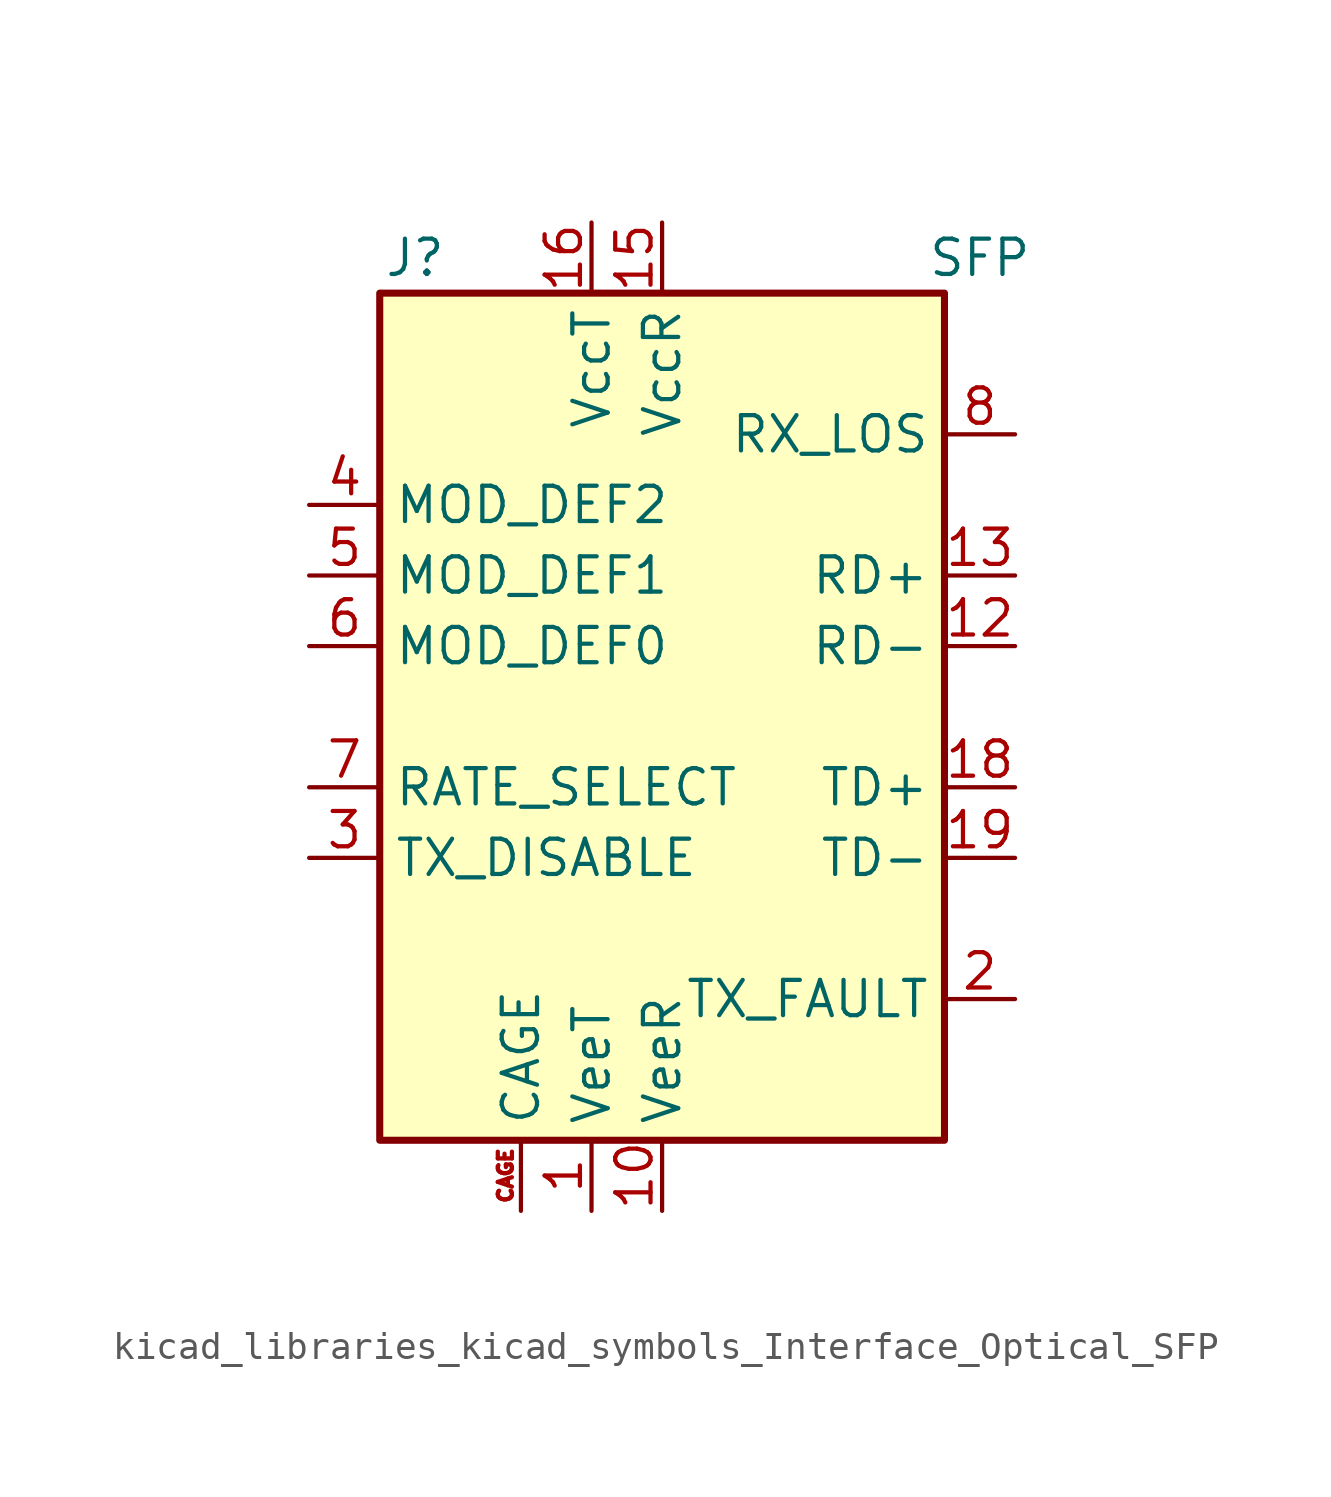
<source format=kicad_sym>
(kicad_symbol_lib
  (version 20220914)
  (generator kicad_symbol_editor)
  (symbol "kicad_libraries_kicad_symbols_Interface_Optical_SFP"
    (property "Reference" "J"
      (at -8.89 16.51 0)
      (effects (font (size 1.27 1.27))))
    (property "Value" "SFP"
      (at 11.43 16.51 0)
      (effects (font (size 1.27 1.27))))
    (symbol "kicad_libraries_kicad_symbols_Interface_Optical_SFP_0_0"
      (rectangle (start -10.16 15.24) (end 10.16 -15.24) (stroke (width 0.254) (type default)) (fill (type background))))
    (symbol "kicad_libraries_kicad_symbols_Interface_Optical_SFP_1_1"
      (pin power_in line (at -2.54 -17.78 90) (length 2.54) (name "VeeT" (effects (font (size 1.27 1.27)))) (number "1" (effects (font (size 1.27 1.27)))))
      (pin power_in line (at 0 -17.78 90) (length 2.54) (name "VeeR" (effects (font (size 1.27 1.27)))) (number "10" (effects (font (size 1.27 1.27)))))
      (pin passive line (at 0 -17.78 90) (length 2.54) hide (name "VeeR" (effects (font (size 1.27 1.27)))) (number "11" (effects (font (size 1.27 1.27)))))
      (pin output line (at 12.7 2.54 180) (length 2.54) (name "RD-" (effects (font (size 1.27 1.27)))) (number "12" (effects (font (size 1.27 1.27)))))
      (pin output line (at 12.7 5.08 180) (length 2.54) (name "RD+" (effects (font (size 1.27 1.27)))) (number "13" (effects (font (size 1.27 1.27)))))
      (pin passive line (at 0 -17.78 90) (length 2.54) hide (name "VeeR" (effects (font (size 1.27 1.27)))) (number "14" (effects (font (size 1.27 1.27)))))
      (pin power_in line (at 0 17.78 270) (length 2.54) (name "VccR" (effects (font (size 1.27 1.27)))) (number "15" (effects (font (size 1.27 1.27)))))
      (pin power_in line (at -2.54 17.78 270) (length 2.54) (name "VccT" (effects (font (size 1.27 1.27)))) (number "16" (effects (font (size 1.27 1.27)))))
      (pin passive line (at -2.54 -17.78 90) (length 2.54) hide (name "VeeT" (effects (font (size 1.27 1.27)))) (number "17" (effects (font (size 1.27 1.27)))))
      (pin input line (at 12.7 -2.54 180) (length 2.54) (name "TD+" (effects (font (size 1.27 1.27)))) (number "18" (effects (font (size 1.27 1.27)))))
      (pin input line (at 12.7 -5.08 180) (length 2.54) (name "TD-" (effects (font (size 1.27 1.27)))) (number "19" (effects (font (size 1.27 1.27)))))
      (pin open_collector line (at 12.7 -10.16 180) (length 2.54) (name "TX_FAULT" (effects (font (size 1.27 1.27)))) (number "2" (effects (font (size 1.27 1.27)))))
      (pin passive line (at -2.54 -17.78 90) (length 2.54) hide (name "VeeT" (effects (font (size 1.27 1.27)))) (number "20" (effects (font (size 1.27 1.27)))))
      (pin input line (at -12.7 -5.08 0) (length 2.54) (name "TX_DISABLE" (effects (font (size 1.27 1.27)))) (number "3" (effects (font (size 1.27 1.27)))))
      (pin bidirectional line (at -12.7 7.62 0) (length 2.54) (name "MOD_DEF2" (effects (font (size 1.27 1.27)))) (number "4" (effects (font (size 1.27 1.27)))))
      (pin input line (at -12.7 5.08 0) (length 2.54) (name "MOD_DEF1" (effects (font (size 1.27 1.27)))) (number "5" (effects (font (size 1.27 1.27)))))
      (pin passive line (at -12.7 2.54 0) (length 2.54) (name "MOD_DEF0" (effects (font (size 1.27 1.27)))) (number "6" (effects (font (size 1.27 1.27)))))
      (pin input line (at -12.7 -2.54 0) (length 2.54) (name "RATE_SELECT" (effects (font (size 1.27 1.27)))) (number "7" (effects (font (size 1.27 1.27)))))
      (pin open_collector line (at 12.7 10.16 180) (length 2.54) (name "RX_LOS" (effects (font (size 1.27 1.27)))) (number "8" (effects (font (size 1.27 1.27)))))
      (pin passive line (at 0 -17.78 90) (length 2.54) hide (name "VeeR" (effects (font (size 1.27 1.27)))) (number "9" (effects (font (size 1.27 1.27)))))
      (pin passive line (at -5.08 -17.78 90) (length 2.54) (name "CAGE" (effects (font (size 1.27 1.27)))) (number "CAGE" (effects (font (size 0.508 0.508))))))))
</source>
